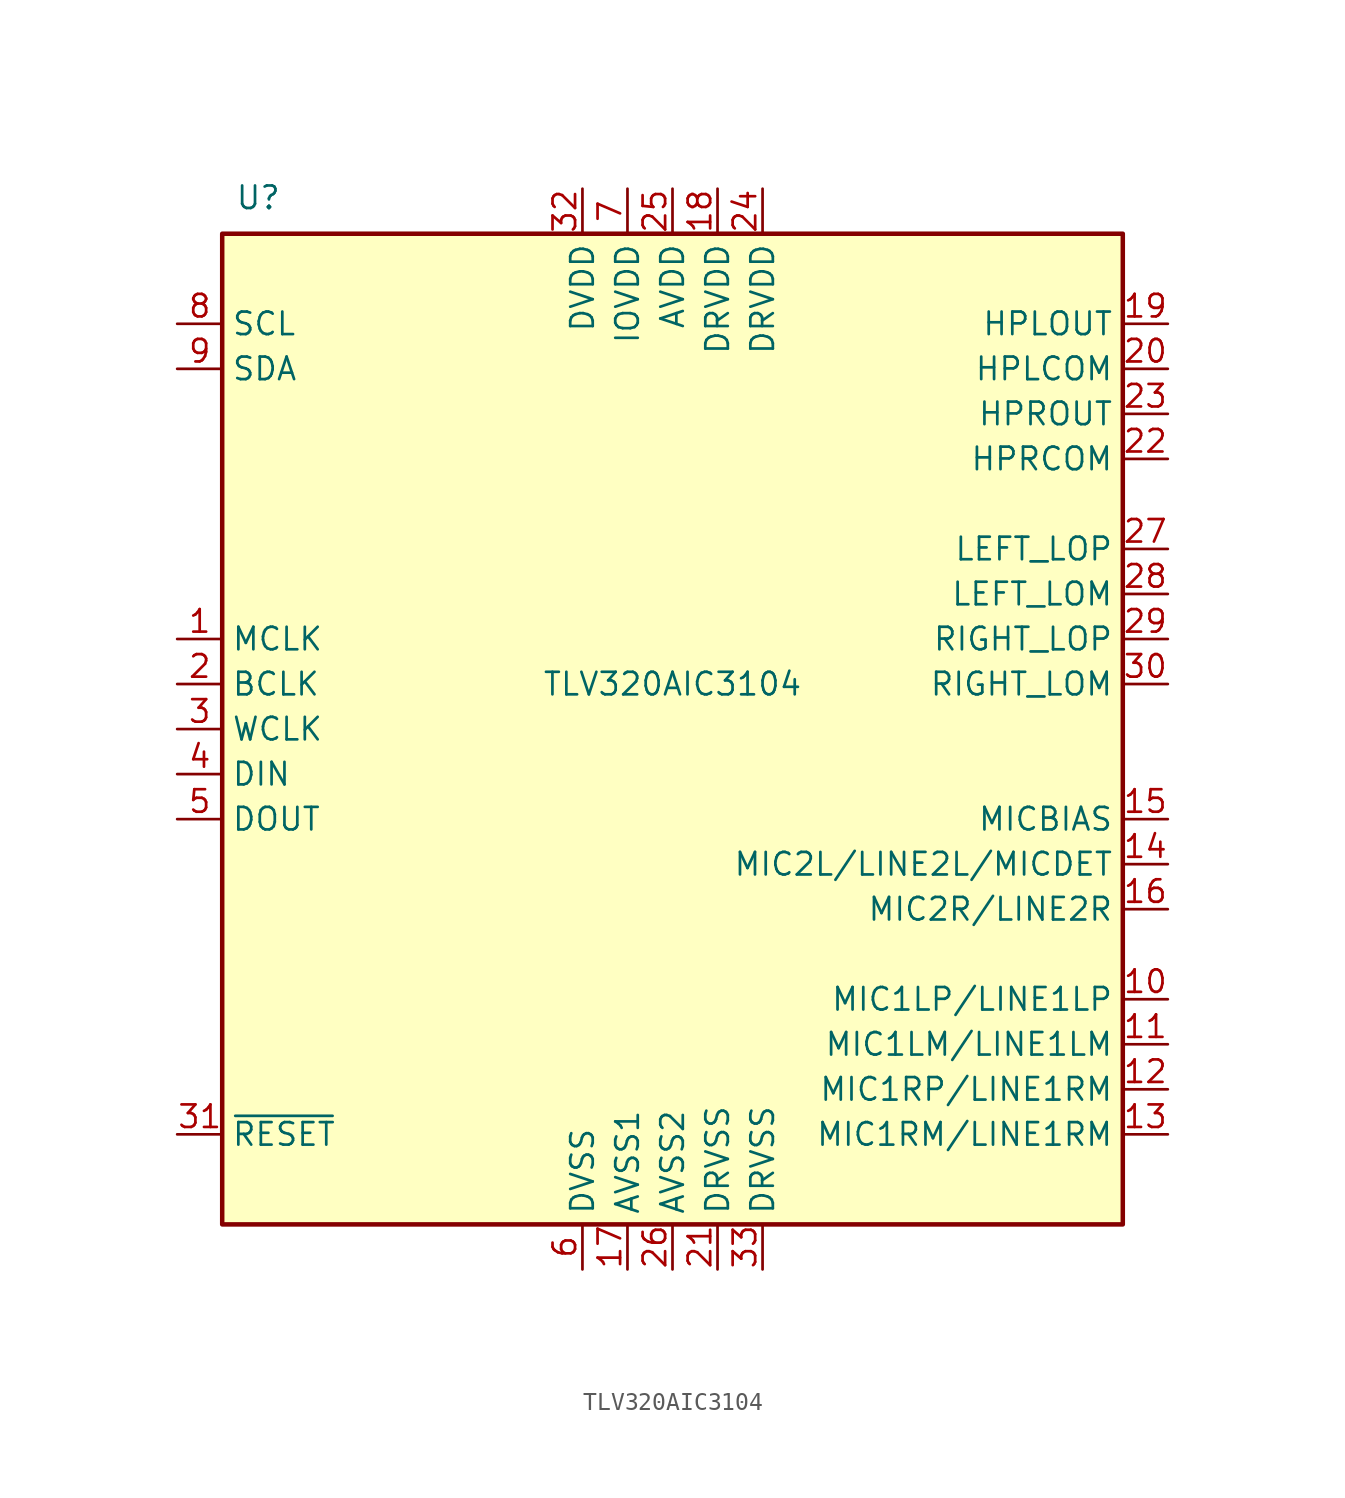
<source format=kicad_sym>
(kicad_symbol_lib
  (version 20241209)
  (generator "kicad_symbol_editor")
  (generator_version "9.0")
  (symbol "TLV320AIC3104"
    (property "Reference" "U"
      (at -23.368 29.972 0)
      (effects (font (size 1.27 1.27))))
    (property "Value" "TLV320AIC3104"
      (at 0 2.54 0)
      (effects (font (size 1.27 1.27))))
    (symbol "TLV320AIC3104_0_1"
      (rectangle (start -25.4 27.94) (end 25.4 -27.94) (stroke (width 0.254) (type default)) (fill (type background))))
    (symbol "TLV320AIC3104_1_1"
      (pin bidirectional line (at -27.94 22.86 0) (length 2.54) (name "SCL" (effects (font (size 1.27 1.27)))) (number "8" (effects (font (size 1.27 1.27)))))
      (pin bidirectional line (at -27.94 20.32 0) (length 2.54) (name "SDA" (effects (font (size 1.27 1.27)))) (number "9" (effects (font (size 1.27 1.27)))))
      (pin input line (at -27.94 5.08 0) (length 2.54) (name "MCLK" (effects (font (size 1.27 1.27)))) (number "1" (effects (font (size 1.27 1.27)))))
      (pin bidirectional line (at -27.94 2.54 0) (length 2.54) (name "BCLK" (effects (font (size 1.27 1.27)))) (number "2" (effects (font (size 1.27 1.27)))))
      (pin bidirectional line (at -27.94 0 0) (length 2.54) (name "WCLK" (effects (font (size 1.27 1.27)))) (number "3" (effects (font (size 1.27 1.27)))))
      (pin input line (at -27.94 -2.54 0) (length 2.54) (name "DIN" (effects (font (size 1.27 1.27)))) (number "4" (effects (font (size 1.27 1.27)))))
      (pin output line (at -27.94 -5.08 0) (length 2.54) (name "DOUT" (effects (font (size 1.27 1.27)))) (number "5" (effects (font (size 1.27 1.27)))))
      (pin input line (at -27.94 -22.86 0) (length 2.54) (name "~{RESET}" (effects (font (size 1.27 1.27)))) (number "31" (effects (font (size 1.27 1.27)))))
      (pin power_in line (at -5.08 30.48 270) (length 2.54) (name "DVDD" (effects (font (size 1.27 1.27)))) (number "32" (effects (font (size 1.27 1.27)))))
      (pin power_in line (at -5.08 -30.48 90) (length 2.54) (name "DVSS" (effects (font (size 1.27 1.27)))) (number "6" (effects (font (size 1.27 1.27)))))
      (pin power_in line (at -2.54 30.48 270) (length 2.54) (name "IOVDD" (effects (font (size 1.27 1.27)))) (number "7" (effects (font (size 1.27 1.27)))))
      (pin power_in line (at -2.54 -30.48 90) (length 2.54) (name "AVSS1" (effects (font (size 1.27 1.27)))) (number "17" (effects (font (size 1.27 1.27)))))
      (pin power_in line (at 0 30.48 270) (length 2.54) (name "AVDD" (effects (font (size 1.27 1.27)))) (number "25" (effects (font (size 1.27 1.27)))))
      (pin power_in line (at 0 -30.48 90) (length 2.54) (name "AVSS2" (effects (font (size 1.27 1.27)))) (number "26" (effects (font (size 1.27 1.27)))))
      (pin power_in line (at 2.54 30.48 270) (length 2.54) (name "DRVDD" (effects (font (size 1.27 1.27)))) (number "18" (effects (font (size 1.27 1.27)))))
      (pin power_in line (at 2.54 -30.48 90) (length 2.54) (name "DRVSS" (effects (font (size 1.27 1.27)))) (number "21" (effects (font (size 1.27 1.27)))))
      (pin power_in line (at 5.08 30.48 270) (length 2.54) (name "DRVDD" (effects (font (size 1.27 1.27)))) (number "24" (effects (font (size 1.27 1.27)))))
      (pin power_in line (at 5.08 -30.48 90) (length 2.54) (name "DRVSS" (effects (font (size 1.27 1.27)))) (number "33" (effects (font (size 1.27 1.27)))))
      (pin output line (at 27.94 22.86 180) (length 2.54) (name "HPLOUT" (effects (font (size 1.27 1.27)))) (number "19" (effects (font (size 1.27 1.27)))))
      (pin output line (at 27.94 20.32 180) (length 2.54) (name "HPLCOM" (effects (font (size 1.27 1.27)))) (number "20" (effects (font (size 1.27 1.27)))))
      (pin output line (at 27.94 17.78 180) (length 2.54) (name "HPROUT" (effects (font (size 1.27 1.27)))) (number "23" (effects (font (size 1.27 1.27)))))
      (pin output line (at 27.94 15.24 180) (length 2.54) (name "HPRCOM" (effects (font (size 1.27 1.27)))) (number "22" (effects (font (size 1.27 1.27)))))
      (pin output line (at 27.94 10.16 180) (length 2.54) (name "LEFT_LOP" (effects (font (size 1.27 1.27)))) (number "27" (effects (font (size 1.27 1.27)))))
      (pin output line (at 27.94 7.62 180) (length 2.54) (name "LEFT_LOM" (effects (font (size 1.27 1.27)))) (number "28" (effects (font (size 1.27 1.27)))))
      (pin output line (at 27.94 5.08 180) (length 2.54) (name "RIGHT_LOP" (effects (font (size 1.27 1.27)))) (number "29" (effects (font (size 1.27 1.27)))))
      (pin output line (at 27.94 2.54 180) (length 2.54) (name "RIGHT_LOM" (effects (font (size 1.27 1.27)))) (number "30" (effects (font (size 1.27 1.27)))))
      (pin power_out line (at 27.94 -5.08 180) (length 2.54) (name "MICBIAS" (effects (font (size 1.27 1.27)))) (number "15" (effects (font (size 1.27 1.27)))))
      (pin input line (at 27.94 -7.62 180) (length 2.54) (name "MIC2L/LINE2L/MICDET" (effects (font (size 1.27 1.27)))) (number "14" (effects (font (size 1.27 1.27)))))
      (pin input line (at 27.94 -10.16 180) (length 2.54) (name "MIC2R/LINE2R" (effects (font (size 1.27 1.27)))) (number "16" (effects (font (size 1.27 1.27)))))
      (pin input line (at 27.94 -15.24 180) (length 2.54) (name "MIC1LP/LINE1LP" (effects (font (size 1.27 1.27)))) (number "10" (effects (font (size 1.27 1.27)))))
      (pin input line (at 27.94 -17.78 180) (length 2.54) (name "MIC1LM/LINE1LM" (effects (font (size 1.27 1.27)))) (number "11" (effects (font (size 1.27 1.27)))))
      (pin input line (at 27.94 -20.32 180) (length 2.54) (name "MIC1RP/LINE1RM" (effects (font (size 1.27 1.27)))) (number "12" (effects (font (size 1.27 1.27)))))
      (pin input line (at 27.94 -22.86 180) (length 2.54) (name "MIC1RM/LINE1RM" (effects (font (size 1.27 1.27)))) (number "13" (effects (font (size 1.27 1.27))))))))
</source>
